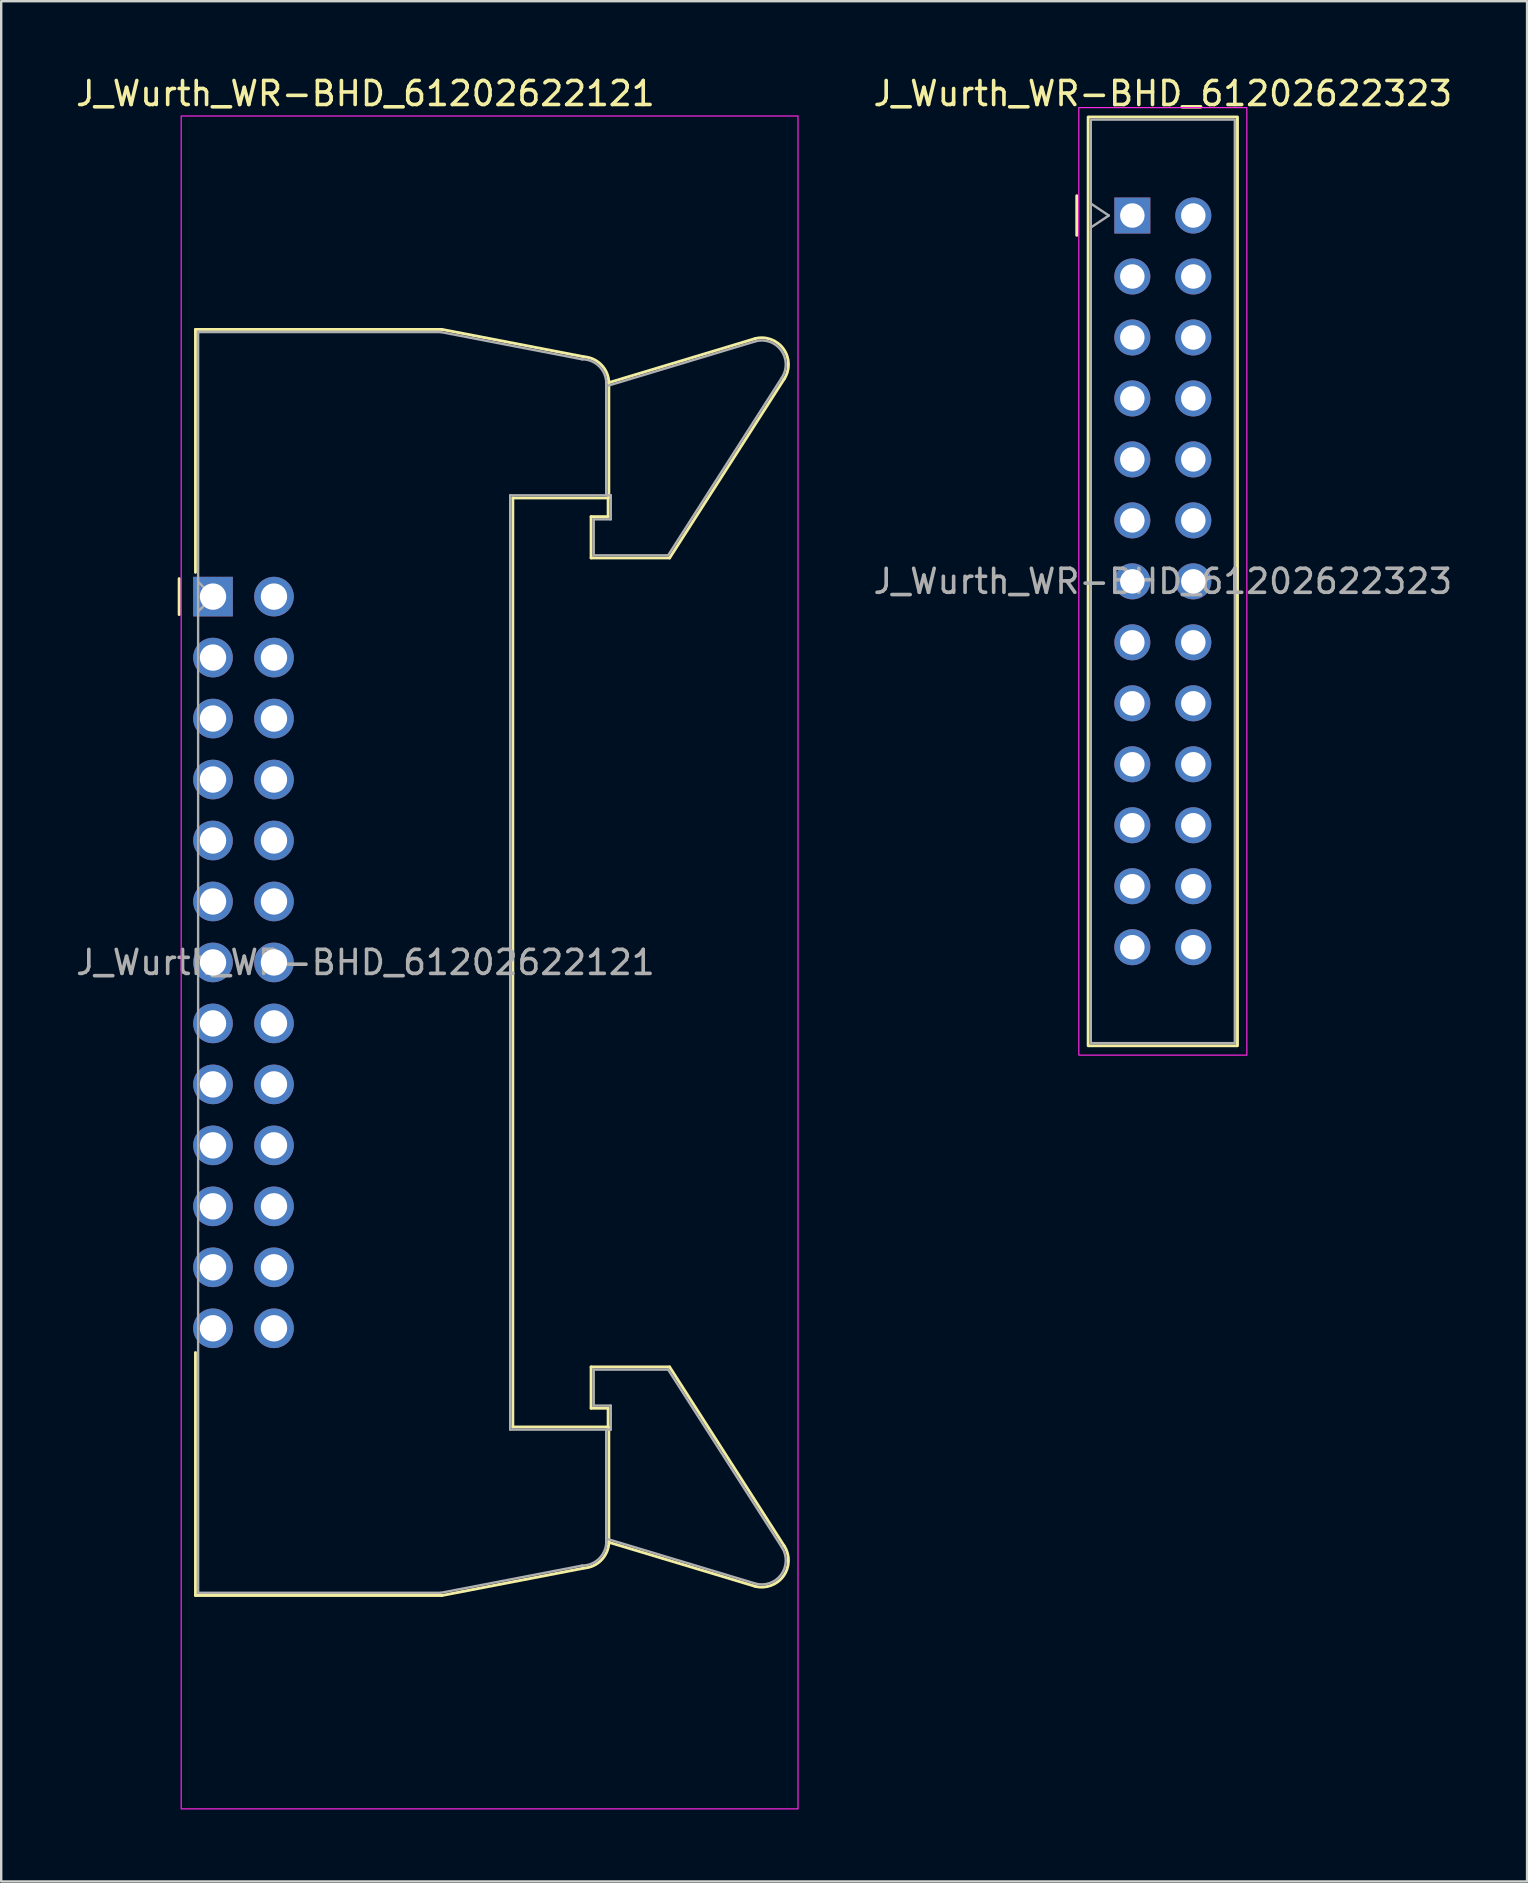
<source format=kicad_pcb>
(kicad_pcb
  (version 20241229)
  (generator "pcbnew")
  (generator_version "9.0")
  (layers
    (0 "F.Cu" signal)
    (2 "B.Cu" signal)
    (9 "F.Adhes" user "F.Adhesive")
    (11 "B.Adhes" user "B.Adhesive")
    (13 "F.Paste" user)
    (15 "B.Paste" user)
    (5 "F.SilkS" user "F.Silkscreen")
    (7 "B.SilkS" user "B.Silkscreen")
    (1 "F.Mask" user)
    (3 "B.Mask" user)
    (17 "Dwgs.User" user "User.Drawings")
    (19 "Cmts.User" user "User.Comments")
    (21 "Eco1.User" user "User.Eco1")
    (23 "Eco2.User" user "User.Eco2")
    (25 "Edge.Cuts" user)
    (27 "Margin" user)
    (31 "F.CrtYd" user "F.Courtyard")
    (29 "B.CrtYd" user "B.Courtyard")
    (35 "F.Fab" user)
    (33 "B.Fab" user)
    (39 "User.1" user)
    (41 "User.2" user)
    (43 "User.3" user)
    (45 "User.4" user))
  (footprint "J_Wurth_WR-BHD_61202622121"
    (layer "F.Cu")
    (at 5.823 21.803)
    (property "Reference" "J_Wurth_WR-BHD_61202622121" (at 6.35 -20.955 0) (unlocked yes) (layer "F.SilkS") (effects (font (size 1 1) (thickness 0.15))))
    (attr through_hole)
    (fp_line (start -1.41 -0.75) (end -1.41 0.75) (stroke (width 0.12) (type solid)) (layer "F.SilkS"))
    (fp_line (start -0.73 -11.13) (end -0.73 -1.01) (stroke (width 0.12) (type solid)) (layer "F.SilkS"))
    (fp_line (start -0.73 -11.13) (end 9.534 -11.13) (stroke (width 0.12) (type solid)) (layer "F.SilkS"))
    (fp_line (start -0.73 41.61) (end -0.73 31.49) (stroke (width 0.12) (type solid)) (layer "F.SilkS"))
    (fp_line (start -0.73 41.61) (end 9.534 41.61) (stroke (width 0.12) (type solid)) (layer "F.SilkS"))
    (fp_line (start 9.534 -11.13) (end 15.443 -9.992) (stroke (width 0.12) (type solid)) (layer "F.SilkS"))
    (fp_line (start 9.534 41.61) (end 15.443 40.472) (stroke (width 0.12) (type solid)) (layer "F.SilkS"))
    (fp_line (start 12.49 34.59) (end 12.49 -4.11) (stroke (width 0.12) (type solid)) (layer "F.SilkS"))
    (fp_line (start 15.75 -3.33) (end 15.75 -1.61) (stroke (width 0.12) (type solid)) (layer "F.SilkS"))
    (fp_line (start 15.75 -1.61) (end 19.021 -1.61) (stroke (width 0.12) (type solid)) (layer "F.SilkS"))
    (fp_line (start 15.75 32.09) (end 19.021 32.09) (stroke (width 0.12) (type solid)) (layer "F.SilkS"))
    (fp_line (start 15.75 33.81) (end 15.75 32.09) (stroke (width 0.12) (type solid)) (layer "F.SilkS"))
    (fp_line (start 16.46 -4.11) (end 12.49 -4.11) (stroke (width 0.12) (type solid)) (layer "F.SilkS"))
    (fp_line (start 16.46 -4.11) (end 16.46 -3.33) (stroke (width 0.12) (type solid)) (layer "F.SilkS"))
    (fp_line (start 16.46 -3.33) (end 15.75 -3.33) (stroke (width 0.12) (type solid)) (layer "F.SilkS"))
    (fp_line (start 16.46 33.81) (end 15.75 33.81) (stroke (width 0.12) (type solid)) (layer "F.SilkS"))
    (fp_line (start 16.46 34.59) (end 12.49 34.59) (stroke (width 0.12) (type solid)) (layer "F.SilkS"))
    (fp_line (start 16.46 34.59) (end 16.46 33.81) (stroke (width 0.12) (type solid)) (layer "F.SilkS"))
    (fp_line (start 16.49 -8.975) (end 16.49 -4.11) (stroke (width 0.12) (type solid)) (layer "F.SilkS"))
    (fp_line (start 16.49 39.455) (end 16.49 34.59) (stroke (width 0.12) (type solid)) (layer "F.SilkS"))
    (fp_line (start 19.021 -1.61) (end 23.789 -9.059) (stroke (width 0.12) (type solid)) (layer "F.SilkS"))
    (fp_line (start 19.021 32.09) (end 23.789 39.539) (stroke (width 0.12) (type solid)) (layer "F.SilkS"))
    (fp_line (start 22.581 -10.747) (end 16.491 -8.914) (stroke (width 0.12) (type solid)) (layer "F.SilkS"))
    (fp_line (start 22.581 41.227) (end 16.491 39.394) (stroke (width 0.12) (type solid)) (layer "F.SilkS"))
    (fp_arc (start 15.442979 -9.98974) (mid 16.176162 -9.655638) (end 16.491006 -8.913981) (stroke (width 0.12) (type solid)) (layer "F.SilkS"))
    (fp_arc (start 16.491006 39.393981) (mid 16.176162 40.135638) (end 15.442979 40.46974) (stroke (width 0.12) (type solid)) (layer "F.SilkS"))
    (fp_arc (start 22.581 -10.747) (mid 23.764714 -10.317505) (end 23.789444 -9.058524) (stroke (width 0.12) (type solid)) (layer "F.SilkS"))
    (fp_arc (start 23.789444 39.538524) (mid 23.764714 40.797505) (end 22.581 41.227) (stroke (width 0.12) (type solid)) (layer "F.SilkS"))
    (fp_rect (start -1.325 -20.02) (end 24.37 50.5) (stroke (width 0.05) (type solid)) (fill no) (layer "F.CrtYd"))
    (fp_line (start -0.62 -11.02) (end 9.484 -11.02) (stroke (width 0.1) (type solid)) (layer "F.Fab"))
    (fp_line (start -0.62 41.5) (end -0.62 -11.02) (stroke (width 0.1) (type solid)) (layer "F.Fab"))
    (fp_line (start -0.62 41.5) (end 9.484 41.5) (stroke (width 0.1) (type solid)) (layer "F.Fab"))
    (fp_line (start 0 0) (end -0.62 -0.62) (stroke (width 0.1) (type solid)) (layer "F.Fab"))
    (fp_line (start 0 0) (end -0.62 0.62) (stroke (width 0.1) (type solid)) (layer "F.Fab"))
    (fp_line (start 9.484 -11.02) (end 15.381 -9.884) (stroke (width 0.1) (type solid)) (layer "F.Fab"))
    (fp_line (start 9.484 41.5) (end 15.381 40.364) (stroke (width 0.1) (type solid)) (layer "F.Fab"))
    (fp_line (start 12.38 34.7) (end 12.38 -4.22) (stroke (width 0.1) (type solid)) (layer "F.Fab"))
    (fp_line (start 15.86 -1.72) (end 15.86 -3.22) (stroke (width 0.1) (type solid)) (layer "F.Fab"))
    (fp_line (start 15.86 -1.72) (end 18.96 -1.72) (stroke (width 0.1) (type solid)) (layer "F.Fab"))
    (fp_line (start 15.86 32.2) (end 18.96 32.2) (stroke (width 0.1) (type solid)) (layer "F.Fab"))
    (fp_line (start 15.86 33.7) (end 15.86 32.2) (stroke (width 0.1) (type solid)) (layer "F.Fab"))
    (fp_line (start 16.38 -8.975) (end 16.38 -4.22) (stroke (width 0.1) (type solid)) (layer "F.Fab"))
    (fp_line (start 16.38 39.455) (end 16.38 34.7) (stroke (width 0.1) (type solid)) (layer "F.Fab"))
    (fp_line (start 16.57 -4.22) (end 12.38 -4.22) (stroke (width 0.1) (type solid)) (layer "F.Fab"))
    (fp_line (start 16.57 -4.22) (end 16.57 -3.22) (stroke (width 0.1) (type solid)) (layer "F.Fab"))
    (fp_line (start 16.57 -3.22) (end 15.86 -3.22) (stroke (width 0.1) (type solid)) (layer "F.Fab"))
    (fp_line (start 16.57 33.7) (end 15.86 33.7) (stroke (width 0.1) (type solid)) (layer "F.Fab"))
    (fp_line (start 16.57 34.7) (end 12.38 34.7) (stroke (width 0.1) (type solid)) (layer "F.Fab"))
    (fp_line (start 16.57 34.7) (end 16.57 33.7) (stroke (width 0.1) (type solid)) (layer "F.Fab"))
    (fp_line (start 18.96 -1.72) (end 23.696 -9.12) (stroke (width 0.1) (type solid)) (layer "F.Fab"))
    (fp_line (start 18.96 32.2) (end 23.696 39.6) (stroke (width 0.1) (type solid)) (layer "F.Fab"))
    (fp_line (start 22.571 -10.627) (end 16.481 -8.794) (stroke (width 0.1) (type solid)) (layer "F.Fab"))
    (fp_line (start 22.571 41.107) (end 16.481 39.274) (stroke (width 0.1) (type solid)) (layer "F.Fab"))
    (fp_arc (start 15.380999 -9.884) (mid 16.05791 -9.620576) (end 16.38 -8.969532) (stroke (width 0.1) (type solid)) (layer "F.Fab"))
    (fp_arc (start 16.38 39.449532) (mid 16.05791 40.100576) (end 15.380999 40.364) (stroke (width 0.1) (type solid)) (layer "F.Fab"))
    (fp_arc (start 22.573383 -10.628774) (mid 23.662842 -10.267362) (end 23.696001 -9.12) (stroke (width 0.1) (type solid)) (layer "F.Fab"))
    (fp_arc (start 23.696001 39.6) (mid 23.662842 40.747363) (end 22.573383 41.108774) (stroke (width 0.1) (type solid)) (layer "F.Fab"))
    (fp_text user "${REFERENCE}" (at 6.35 15.24 0) (unlocked yes) (layer "F.Fab") (effects (font (size 1 1) (thickness 0.15))))
    (pad "1" thru_hole rect (at 0 0 90) (size 1.65 1.65) (drill 1.1) (layers "*.Cu" "*.Mask"))
    (pad "2" thru_hole circle (at 2.54 0 90) (size 1.65 1.65) (drill 1.1) (layers "*.Cu" "*.Mask"))
    (pad "3" thru_hole circle (at 0 2.54 90) (size 1.65 1.65) (drill 1.1) (layers "*.Cu" "*.Mask"))
    (pad "4" thru_hole circle (at 2.54 2.54 90) (size 1.65 1.65) (drill 1.1) (layers "*.Cu" "*.Mask"))
    (pad "5" thru_hole circle (at 0 5.08 90) (size 1.65 1.65) (drill 1.1) (layers "*.Cu" "*.Mask"))
    (pad "6" thru_hole circle (at 2.54 5.08 90) (size 1.65 1.65) (drill 1.1) (layers "*.Cu" "*.Mask"))
    (pad "7" thru_hole circle (at 0 7.62 90) (size 1.65 1.65) (drill 1.1) (layers "*.Cu" "*.Mask"))
    (pad "8" thru_hole circle (at 2.54 7.62 90) (size 1.65 1.65) (drill 1.1) (layers "*.Cu" "*.Mask"))
    (pad "9" thru_hole circle (at 0 10.16 90) (size 1.65 1.65) (drill 1.1) (layers "*.Cu" "*.Mask"))
    (pad "10" thru_hole circle (at 2.54 10.16 90) (size 1.65 1.65) (drill 1.1) (layers "*.Cu" "*.Mask"))
    (pad "11" thru_hole circle (at 0 12.7 90) (size 1.65 1.65) (drill 1.1) (layers "*.Cu" "*.Mask"))
    (pad "12" thru_hole circle (at 2.54 12.7 90) (size 1.65 1.65) (drill 1.1) (layers "*.Cu" "*.Mask"))
    (pad "13" thru_hole circle (at 0 15.24 90) (size 1.65 1.65) (drill 1.1) (layers "*.Cu" "*.Mask"))
    (pad "14" thru_hole circle (at 2.54 15.24 90) (size 1.65 1.65) (drill 1.1) (layers "*.Cu" "*.Mask"))
    (pad "15" thru_hole circle (at 0 17.78 90) (size 1.65 1.65) (drill 1.1) (layers "*.Cu" "*.Mask"))
    (pad "16" thru_hole circle (at 2.54 17.78 90) (size 1.65 1.65) (drill 1.1) (layers "*.Cu" "*.Mask"))
    (pad "17" thru_hole circle (at 0 20.32 90) (size 1.65 1.65) (drill 1.1) (layers "*.Cu" "*.Mask"))
    (pad "18" thru_hole circle (at 2.54 20.32 90) (size 1.65 1.65) (drill 1.1) (layers "*.Cu" "*.Mask"))
    (pad "19" thru_hole circle (at 0 22.86 90) (size 1.65 1.65) (drill 1.1) (layers "*.Cu" "*.Mask"))
    (pad "20" thru_hole circle (at 2.54 22.86 90) (size 1.65 1.65) (drill 1.1) (layers "*.Cu" "*.Mask"))
    (pad "21" thru_hole circle (at 0 25.4 90) (size 1.65 1.65) (drill 1.1) (layers "*.Cu" "*.Mask"))
    (pad "22" thru_hole circle (at 2.54 25.4 90) (size 1.65 1.65) (drill 1.1) (layers "*.Cu" "*.Mask"))
    (pad "23" thru_hole circle (at 0 27.94 90) (size 1.65 1.65) (drill 1.1) (layers "*.Cu" "*.Mask"))
    (pad "24" thru_hole circle (at 2.54 27.94 90) (size 1.65 1.65) (drill 1.1) (layers "*.Cu" "*.Mask"))
    (pad "25" thru_hole circle (at 0 30.48 90) (size 1.65 1.65) (drill 1.1) (layers "*.Cu" "*.Mask"))
    (pad "26" thru_hole circle (at 2.54 30.48 90) (size 1.65 1.65) (drill 1.1) (layers "*.Cu" "*.Mask")))
  (footprint "J_Wurth_WR-BHD_61202622323"
    (layer "F.Cu")
    (at 44.12 5.928)
    (property "Reference" "J_Wurth_WR-BHD_61202622323" (at 1.27 -5.08 0) (unlocked yes) (layer "F.SilkS") (effects (font (size 1 1) (thickness 0.15))))
    (attr through_hole)
    (fp_line (start -2.315 -0.825) (end -2.315 0.825) (stroke (width 0.12) (type solid)) (layer "F.SilkS"))
    (fp_rect (start -1.84 -4.105) (end 4.38 34.585) (stroke (width 0.12) (type solid)) (fill no) (layer "F.SilkS"))
    (fp_rect (start -2.23 -4.495) (end 4.77 34.975) (stroke (width 0.05) (type solid)) (fill no) (layer "F.CrtYd"))
    (fp_line (start -0.98 0) (end -1.73 -0.5) (stroke (width 0.1) (type solid)) (layer "F.Fab"))
    (fp_line (start -0.98 0) (end -1.73 0.5) (stroke (width 0.1) (type solid)) (layer "F.Fab"))
    (fp_rect (start -1.73 -3.995) (end 4.27 34.475) (stroke (width 0.1) (type solid)) (fill no) (layer "F.Fab"))
    (fp_text user "${REFERENCE}" (at 1.27 15.24 0) (unlocked yes) (layer "F.Fab") (effects (font (size 1 1) (thickness 0.15))))
    (pad "1" thru_hole rect (at 0 0 270) (size 1.5 1.5) (drill 1.02) (layers "*.Cu" "*.Mask"))
    (pad "2" thru_hole circle (at 2.54 0 270) (size 1.5 1.5) (drill 1.02) (layers "*.Cu" "*.Mask"))
    (pad "3" thru_hole circle (at 0 2.54 270) (size 1.5 1.5) (drill 1.02) (layers "*.Cu" "*.Mask"))
    (pad "4" thru_hole circle (at 2.54 2.54 270) (size 1.5 1.5) (drill 1.02) (layers "*.Cu" "*.Mask"))
    (pad "5" thru_hole circle (at 0 5.08 270) (size 1.5 1.5) (drill 1.02) (layers "*.Cu" "*.Mask"))
    (pad "6" thru_hole circle (at 2.54 5.08 270) (size 1.5 1.5) (drill 1.02) (layers "*.Cu" "*.Mask"))
    (pad "7" thru_hole circle (at 0 7.62 270) (size 1.5 1.5) (drill 1.02) (layers "*.Cu" "*.Mask"))
    (pad "8" thru_hole circle (at 2.54 7.62 270) (size 1.5 1.5) (drill 1.02) (layers "*.Cu" "*.Mask"))
    (pad "9" thru_hole circle (at 0 10.16 270) (size 1.5 1.5) (drill 1.02) (layers "*.Cu" "*.Mask"))
    (pad "10" thru_hole circle (at 2.54 10.16 270) (size 1.5 1.5) (drill 1.02) (layers "*.Cu" "*.Mask"))
    (pad "11" thru_hole circle (at 0 12.7 270) (size 1.5 1.5) (drill 1.02) (layers "*.Cu" "*.Mask"))
    (pad "12" thru_hole circle (at 2.54 12.7 270) (size 1.5 1.5) (drill 1.02) (layers "*.Cu" "*.Mask"))
    (pad "13" thru_hole circle (at 0 15.24 270) (size 1.5 1.5) (drill 1.02) (layers "*.Cu" "*.Mask"))
    (pad "14" thru_hole circle (at 2.54 15.24 270) (size 1.5 1.5) (drill 1.02) (layers "*.Cu" "*.Mask"))
    (pad "15" thru_hole circle (at 0 17.78 270) (size 1.5 1.5) (drill 1.02) (layers "*.Cu" "*.Mask"))
    (pad "16" thru_hole circle (at 2.54 17.78 270) (size 1.5 1.5) (drill 1.02) (layers "*.Cu" "*.Mask"))
    (pad "17" thru_hole circle (at 0 20.32 270) (size 1.5 1.5) (drill 1.02) (layers "*.Cu" "*.Mask"))
    (pad "18" thru_hole circle (at 2.54 20.32 270) (size 1.5 1.5) (drill 1.02) (layers "*.Cu" "*.Mask"))
    (pad "19" thru_hole circle (at 0 22.86 270) (size 1.5 1.5) (drill 1.02) (layers "*.Cu" "*.Mask"))
    (pad "20" thru_hole circle (at 2.54 22.86 270) (size 1.5 1.5) (drill 1.02) (layers "*.Cu" "*.Mask"))
    (pad "21" thru_hole circle (at 0 25.4 270) (size 1.5 1.5) (drill 1.02) (layers "*.Cu" "*.Mask"))
    (pad "22" thru_hole circle (at 2.54 25.4 270) (size 1.5 1.5) (drill 1.02) (layers "*.Cu" "*.Mask"))
    (pad "23" thru_hole circle (at 0 27.94 270) (size 1.5 1.5) (drill 1.02) (layers "*.Cu" "*.Mask"))
    (pad "24" thru_hole circle (at 2.54 27.94 270) (size 1.5 1.5) (drill 1.02) (layers "*.Cu" "*.Mask"))
    (pad "25" thru_hole circle (at 0 30.48 270) (size 1.5 1.5) (drill 1.02) (layers "*.Cu" "*.Mask"))
    (pad "26" thru_hole circle (at 2.54 30.48 270) (size 1.5 1.5) (drill 1.02) (layers "*.Cu" "*.Mask")))
  (gr_rect
    (start -3 -3)
    (end 60.563 75.328)
    (stroke (width 0.1) (type default))
    (fill no)
    (layer "Edge.Cuts")))
</source>
